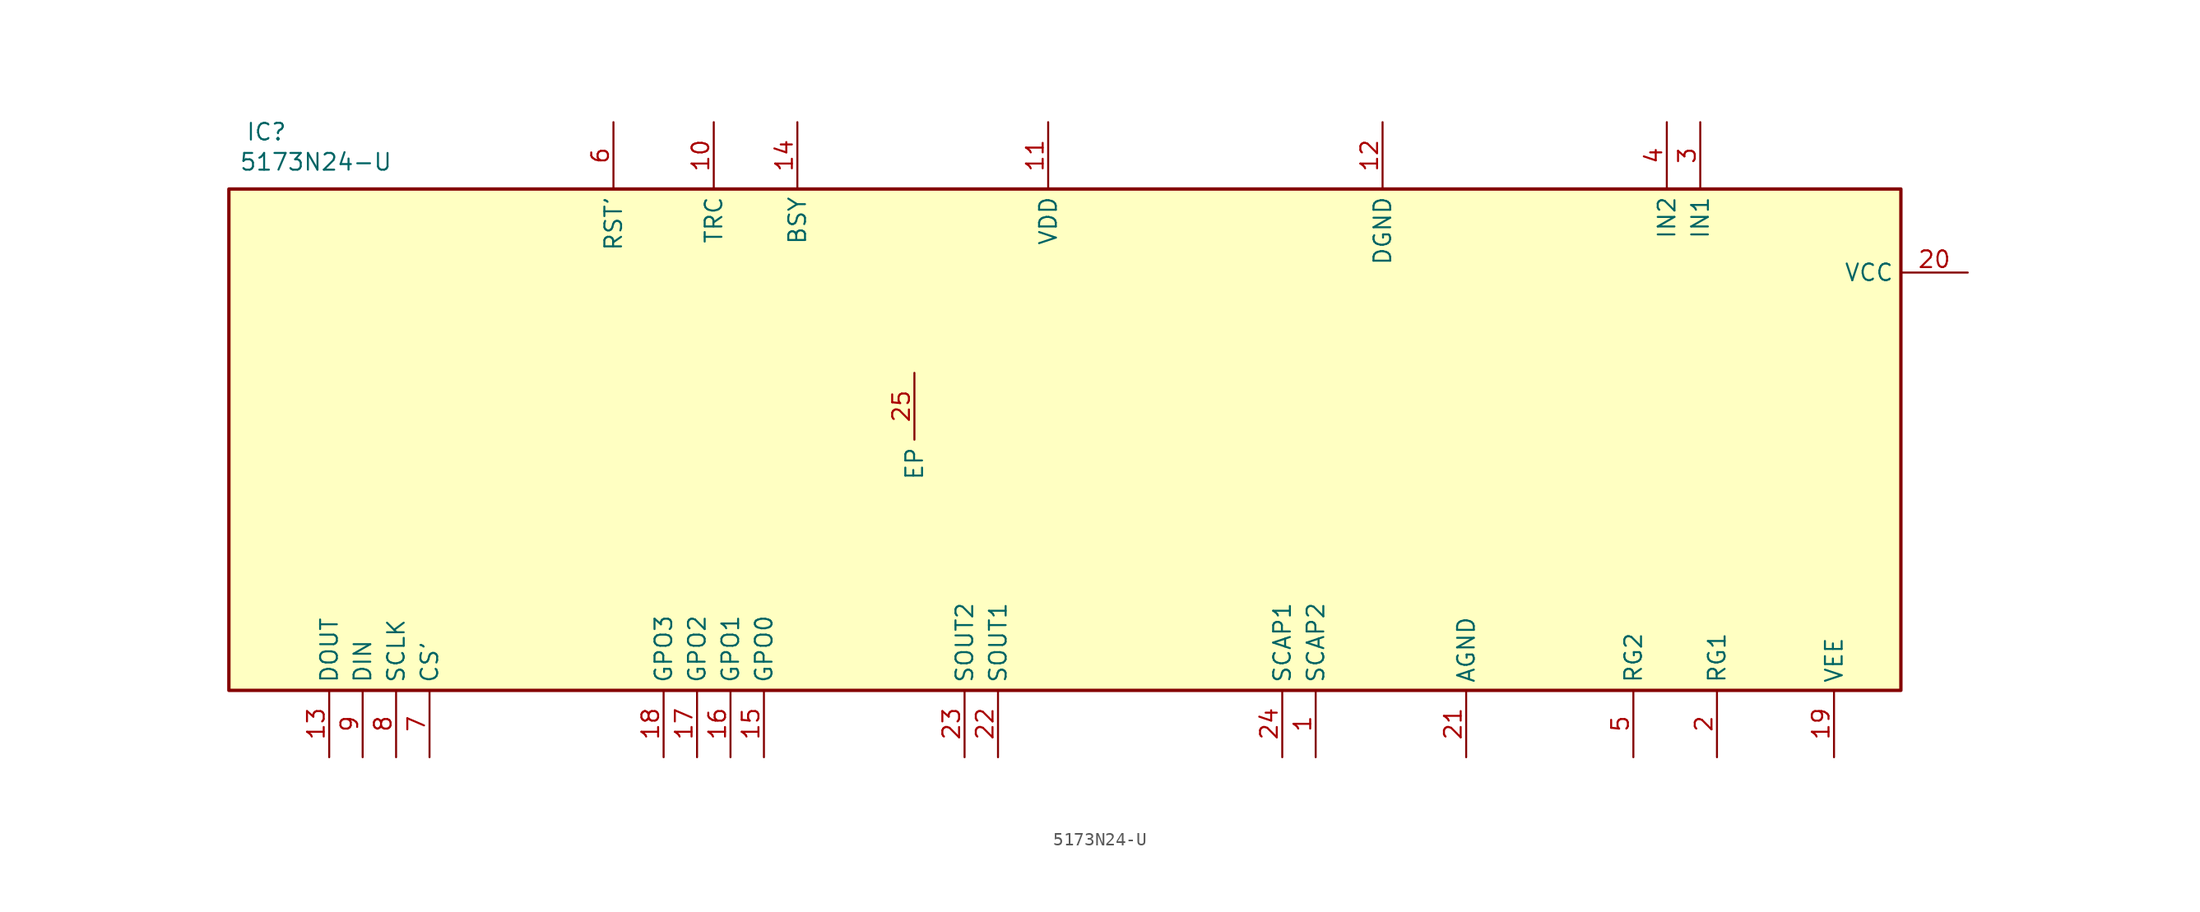
<source format=kicad_sym>
(kicad_symbol_lib
  (version 20241209)
  (generator "kicad_symbol_editor")
  (generator_version "9.0")
  (symbol "5173N24-U"
    (property "Reference" "IC"
      (at 1.27 22.86 0)
      (effects (font (size 1.27 1.27)) (justify left top)))
    (property "Value" "5173N24-U"
      (at 0.762 20.574 0)
      (effects (font (size 1.27 1.27)) (justify left top)))
    (symbol "5173N24-U_1_1"
      (rectangle (start 0 17.78) (end 127 -20.32) (stroke (width 0.254) (type default)) (fill (type background)))
      (pin passive line (at 7.62 -25.4 90) (length 5.08) (name "DOUT" (effects (font (size 1.27 1.27)))) (number "13" (effects (font (size 1.27 1.27)))))
      (pin passive line (at 10.16 -25.4 90) (length 5.08) (name "DIN" (effects (font (size 1.27 1.27)))) (number "9" (effects (font (size 1.27 1.27)))))
      (pin passive line (at 12.7 -25.4 90) (length 5.08) (name "SCLK" (effects (font (size 1.27 1.27)))) (number "8" (effects (font (size 1.27 1.27)))))
      (pin passive line (at 15.24 -25.4 90) (length 5.08) (name "CS’" (effects (font (size 1.27 1.27)))) (number "7" (effects (font (size 1.27 1.27)))))
      (pin passive line (at 29.21 22.86 270) (length 5.08) (name "RST’" (effects (font (size 1.27 1.27)))) (number "6" (effects (font (size 1.27 1.27)))))
      (pin passive line (at 33.02 -25.4 90) (length 5.08) (name "GPO3" (effects (font (size 1.27 1.27)))) (number "18" (effects (font (size 1.27 1.27)))))
      (pin passive line (at 35.56 -25.4 90) (length 5.08) (name "GPO2" (effects (font (size 1.27 1.27)))) (number "17" (effects (font (size 1.27 1.27)))))
      (pin passive line (at 36.83 22.86 270) (length 5.08) (name "TRC" (effects (font (size 1.27 1.27)))) (number "10" (effects (font (size 1.27 1.27)))))
      (pin passive line (at 38.1 -25.4 90) (length 5.08) (name "GPO1" (effects (font (size 1.27 1.27)))) (number "16" (effects (font (size 1.27 1.27)))))
      (pin passive line (at 40.64 -25.4 90) (length 5.08) (name "GPO0" (effects (font (size 1.27 1.27)))) (number "15" (effects (font (size 1.27 1.27)))))
      (pin passive line (at 43.18 22.86 270) (length 5.08) (name "BSY" (effects (font (size 1.27 1.27)))) (number "14" (effects (font (size 1.27 1.27)))))
      (pin passive line (at 52.07 3.81 270) (length 5.08) (name "EP" (effects (font (size 1.27 1.27)))) (number "25" (effects (font (size 1.27 1.27)))))
      (pin passive line (at 55.88 -25.4 90) (length 5.08) (name "SOUT2" (effects (font (size 1.27 1.27)))) (number "23" (effects (font (size 1.27 1.27)))))
      (pin passive line (at 58.42 -25.4 90) (length 5.08) (name "SOUT1" (effects (font (size 1.27 1.27)))) (number "22" (effects (font (size 1.27 1.27)))))
      (pin passive line (at 62.23 22.86 270) (length 5.08) (name "VDD" (effects (font (size 1.27 1.27)))) (number "11" (effects (font (size 1.27 1.27)))))
      (pin passive line (at 80.01 -25.4 90) (length 5.08) (name "SCAP1" (effects (font (size 1.27 1.27)))) (number "24" (effects (font (size 1.27 1.27)))))
      (pin passive line (at 82.55 -25.4 90) (length 5.08) (name "SCAP2" (effects (font (size 1.27 1.27)))) (number "1" (effects (font (size 1.27 1.27)))))
      (pin passive line (at 87.63 22.86 270) (length 5.08) (name "DGND" (effects (font (size 1.27 1.27)))) (number "12" (effects (font (size 1.27 1.27)))))
      (pin passive line (at 93.98 -25.4 90) (length 5.08) (name "AGND" (effects (font (size 1.27 1.27)))) (number "21" (effects (font (size 1.27 1.27)))))
      (pin passive line (at 106.68 -25.4 90) (length 5.08) (name "RG2" (effects (font (size 1.27 1.27)))) (number "5" (effects (font (size 1.27 1.27)))))
      (pin passive line (at 109.22 22.86 270) (length 5.08) (name "IN2" (effects (font (size 1.27 1.27)))) (number "4" (effects (font (size 1.27 1.27)))))
      (pin passive line (at 111.76 22.86 270) (length 5.08) (name "IN1" (effects (font (size 1.27 1.27)))) (number "3" (effects (font (size 1.27 1.27)))))
      (pin passive line (at 113.03 -25.4 90) (length 5.08) (name "RG1" (effects (font (size 1.27 1.27)))) (number "2" (effects (font (size 1.27 1.27)))))
      (pin passive line (at 121.92 -25.4 90) (length 5.08) (name "VEE" (effects (font (size 1.27 1.27)))) (number "19" (effects (font (size 1.27 1.27)))))
      (pin passive line (at 132.08 11.43 180) (length 5.08) (name "VCC" (effects (font (size 1.27 1.27)))) (number "20" (effects (font (size 1.27 1.27))))))))
</source>
